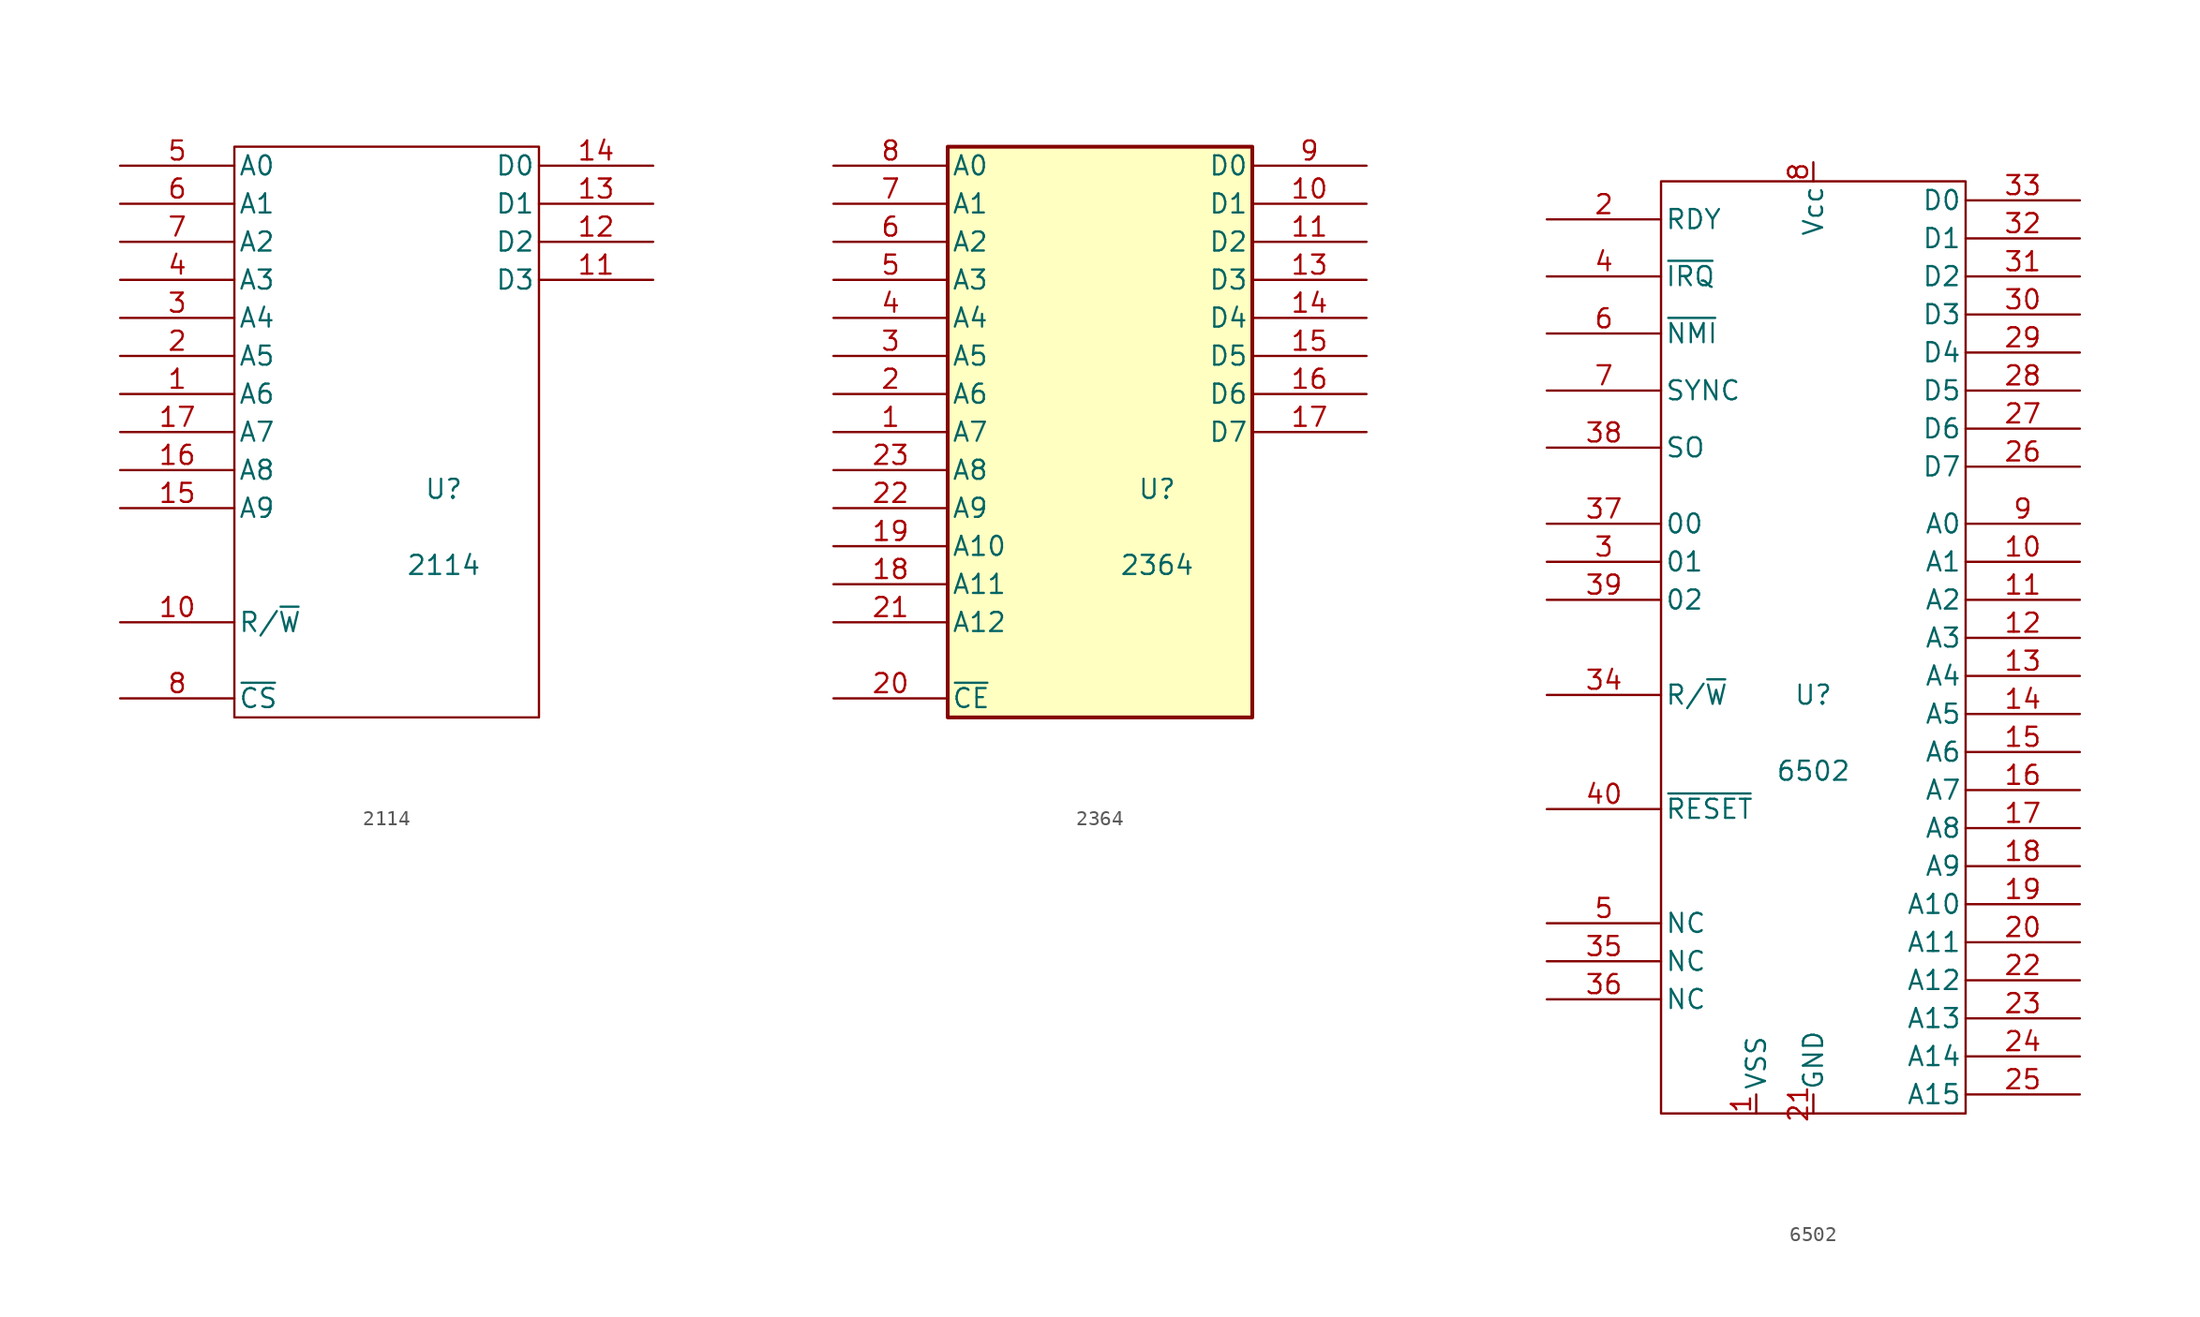
<source format=kicad_sym>
(kicad_symbol_lib
  (version 20211014)
  (generator kicad_symbol_editor)
  (symbol "2114"
    (pin_names
      (offset 0.254))
    (property "Reference" "U"
      (at 3.81 -3.81 0)
      (effects (font (size 1.27 1.27))))
    (property "Value" "2114"
      (at 3.81 -8.89 0)
      (effects (font (size 1.27 1.27))))
    (property "Footprint" ""
      (at 0 0 0)
      (effects (font (size 1.27 1.27))))
    (property "Datasheet" ""
      (at 0 0 0)
      (effects (font (size 1.27 1.27))))
    (symbol "2114_0_0"
      (pin power_in line (at 0 20.32 270) (length 1.27) hide (name "Vcc" (effects (font (size 1.27 1.27)))) (number "18" (effects (font (size 1.27 1.27)))))
      (pin power_in line (at 0 -20.32 90) (length 1.27) hide (name "GND" (effects (font (size 1.27 1.27)))) (number "9" (effects (font (size 1.27 1.27))))))
    (symbol "2114_0_1"
      (rectangle (start -10.16 19.05) (end 10.16 -19.05) (stroke (width 0) (type default) (color 0 0 0 0)) (fill (type none))))
    (symbol "2114_1_1"
      (pin input line (at -17.78 2.54 0) (length 7.62) (name "A6" (effects (font (size 1.27 1.27)))) (number "1" (effects (font (size 1.27 1.27)))))
      (pin input line (at -17.78 -12.7 0) (length 7.62) (name "R/~{W}" (effects (font (size 1.27 1.27)))) (number "10" (effects (font (size 1.27 1.27)))))
      (pin bidirectional line (at 17.78 10.16 180) (length 7.62) (name "D3" (effects (font (size 1.27 1.27)))) (number "11" (effects (font (size 1.27 1.27)))))
      (pin bidirectional line (at 17.78 12.7 180) (length 7.62) (name "D2" (effects (font (size 1.27 1.27)))) (number "12" (effects (font (size 1.27 1.27)))))
      (pin bidirectional line (at 17.78 15.24 180) (length 7.62) (name "D1" (effects (font (size 1.27 1.27)))) (number "13" (effects (font (size 1.27 1.27)))))
      (pin bidirectional line (at 17.78 17.78 180) (length 7.62) (name "D0" (effects (font (size 1.27 1.27)))) (number "14" (effects (font (size 1.27 1.27)))))
      (pin input line (at -17.78 -5.08 0) (length 7.62) (name "A9" (effects (font (size 1.27 1.27)))) (number "15" (effects (font (size 1.27 1.27)))))
      (pin input line (at -17.78 -2.54 0) (length 7.62) (name "A8" (effects (font (size 1.27 1.27)))) (number "16" (effects (font (size 1.27 1.27)))))
      (pin input line (at -17.78 0 0) (length 7.62) (name "A7" (effects (font (size 1.27 1.27)))) (number "17" (effects (font (size 1.27 1.27)))))
      (pin input line (at -17.78 5.08 0) (length 7.62) (name "A5" (effects (font (size 1.27 1.27)))) (number "2" (effects (font (size 1.27 1.27)))))
      (pin input line (at -17.78 7.62 0) (length 7.62) (name "A4" (effects (font (size 1.27 1.27)))) (number "3" (effects (font (size 1.27 1.27)))))
      (pin input line (at -17.78 10.16 0) (length 7.62) (name "A3" (effects (font (size 1.27 1.27)))) (number "4" (effects (font (size 1.27 1.27)))))
      (pin input line (at -17.78 17.78 0) (length 7.62) (name "A0" (effects (font (size 1.27 1.27)))) (number "5" (effects (font (size 1.27 1.27)))))
      (pin input line (at -17.78 15.24 0) (length 7.62) (name "A1" (effects (font (size 1.27 1.27)))) (number "6" (effects (font (size 1.27 1.27)))))
      (pin input line (at -17.78 12.7 0) (length 7.62) (name "A2" (effects (font (size 1.27 1.27)))) (number "7" (effects (font (size 1.27 1.27)))))
      (pin input line (at -17.78 -17.78 0) (length 7.62) (name "~{CS}" (effects (font (size 1.27 1.27)))) (number "8" (effects (font (size 1.27 1.27)))))))
  (symbol "2364"
    (pin_names
      (offset 0.254))
    (property "Reference" "U"
      (at 3.81 -3.81 0)
      (effects (font (size 1.27 1.27))))
    (property "Value" "2364"
      (at 3.81 -8.89 0)
      (effects (font (size 1.27 1.27))))
    (property "Footprint" ""
      (at 0 0 0)
      (effects (font (size 1.27 1.27))))
    (property "Datasheet" ""
      (at 0 0 0)
      (effects (font (size 1.27 1.27))))
    (symbol "2364_0_0"
      (pin power_in line (at 0 -20.32 90) (length 1.27) hide (name "GND" (effects (font (size 1.27 1.27)))) (number "12" (effects (font (size 1.27 1.27)))))
      (pin power_in line (at 0 20.32 270) (length 1.27) hide (name "Vcc" (effects (font (size 1.27 1.27)))) (number "24" (effects (font (size 1.27 1.27))))))
    (symbol "2364_0_1"
      (rectangle (start -10.16 19.05) (end 10.16 -19.05) (stroke (width 0.254) (type default) (color 0 0 0 0)) (fill (type background))))
    (symbol "2364_1_1"
      (pin input line (at -17.78 0 0) (length 7.62) (name "A7" (effects (font (size 1.27 1.27)))) (number "1" (effects (font (size 1.27 1.27)))))
      (pin output line (at 17.78 15.24 180) (length 7.62) (name "D1" (effects (font (size 1.27 1.27)))) (number "10" (effects (font (size 1.27 1.27)))))
      (pin output line (at 17.78 12.7 180) (length 7.62) (name "D2" (effects (font (size 1.27 1.27)))) (number "11" (effects (font (size 1.27 1.27)))))
      (pin output line (at 17.78 10.16 180) (length 7.62) (name "D3" (effects (font (size 1.27 1.27)))) (number "13" (effects (font (size 1.27 1.27)))))
      (pin output line (at 17.78 7.62 180) (length 7.62) (name "D4" (effects (font (size 1.27 1.27)))) (number "14" (effects (font (size 1.27 1.27)))))
      (pin output line (at 17.78 5.08 180) (length 7.62) (name "D5" (effects (font (size 1.27 1.27)))) (number "15" (effects (font (size 1.27 1.27)))))
      (pin tri_state line (at 17.78 2.54 180) (length 7.62) (name "D6" (effects (font (size 1.27 1.27)))) (number "16" (effects (font (size 1.27 1.27)))))
      (pin tri_state line (at 17.78 0 180) (length 7.62) (name "D7" (effects (font (size 1.27 1.27)))) (number "17" (effects (font (size 1.27 1.27)))))
      (pin input line (at -17.78 -10.16 0) (length 7.62) (name "A11" (effects (font (size 1.27 1.27)))) (number "18" (effects (font (size 1.27 1.27)))))
      (pin input line (at -17.78 -7.62 0) (length 7.62) (name "A10" (effects (font (size 1.27 1.27)))) (number "19" (effects (font (size 1.27 1.27)))))
      (pin input line (at -17.78 2.54 0) (length 7.62) (name "A6" (effects (font (size 1.27 1.27)))) (number "2" (effects (font (size 1.27 1.27)))))
      (pin input line (at -17.78 -17.78 0) (length 7.62) (name "~{CE}" (effects (font (size 1.27 1.27)))) (number "20" (effects (font (size 1.27 1.27)))))
      (pin input line (at -17.78 -12.7 0) (length 7.62) (name "A12" (effects (font (size 1.27 1.27)))) (number "21" (effects (font (size 1.27 1.27)))))
      (pin input line (at -17.78 -5.08 0) (length 7.62) (name "A9" (effects (font (size 1.27 1.27)))) (number "22" (effects (font (size 1.27 1.27)))))
      (pin input line (at -17.78 -2.54 0) (length 7.62) (name "A8" (effects (font (size 1.27 1.27)))) (number "23" (effects (font (size 1.27 1.27)))))
      (pin input line (at -17.78 5.08 0) (length 7.62) (name "A5" (effects (font (size 1.27 1.27)))) (number "3" (effects (font (size 1.27 1.27)))))
      (pin input line (at -17.78 7.62 0) (length 7.62) (name "A4" (effects (font (size 1.27 1.27)))) (number "4" (effects (font (size 1.27 1.27)))))
      (pin input line (at -17.78 10.16 0) (length 7.62) (name "A3" (effects (font (size 1.27 1.27)))) (number "5" (effects (font (size 1.27 1.27)))))
      (pin input line (at -17.78 12.7 0) (length 7.62) (name "A2" (effects (font (size 1.27 1.27)))) (number "6" (effects (font (size 1.27 1.27)))))
      (pin input line (at -17.78 15.24 0) (length 7.62) (name "A1" (effects (font (size 1.27 1.27)))) (number "7" (effects (font (size 1.27 1.27)))))
      (pin input line (at -17.78 17.78 0) (length 7.62) (name "A0" (effects (font (size 1.27 1.27)))) (number "8" (effects (font (size 1.27 1.27)))))
      (pin output line (at 17.78 17.78 180) (length 7.62) (name "D0" (effects (font (size 1.27 1.27)))) (number "9" (effects (font (size 1.27 1.27)))))))
  (symbol "6502"
    (pin_names
      (offset 0.254))
    (property "Reference" "U"
      (at 0 -15.24 0)
      (effects (font (size 1.27 1.27))))
    (property "Value" "6502"
      (at 0 -20.32 0)
      (effects (font (size 1.27 1.27))))
    (property "Footprint" ""
      (at 0 0 0)
      (effects (font (size 1.27 1.27))))
    (property "Datasheet" ""
      (at 0 0 0)
      (effects (font (size 1.27 1.27))))
    (symbol "6502_0_0"
      (pin power_in line (at -3.81 -43.18 90) (length 1.27) (name "VSS" (effects (font (size 1.27 1.27)))) (number "1" (effects (font (size 1.27 1.27)))))
      (pin power_in line (at 0 -43.18 90) (length 1.27) (name "GND" (effects (font (size 1.27 1.27)))) (number "21" (effects (font (size 1.27 1.27)))))
      (pin power_in line (at 0 20.32 270) (length 1.27) (name "Vcc" (effects (font (size 1.27 1.27)))) (number "8" (effects (font (size 1.27 1.27))))))
    (symbol "6502_0_1"
      (rectangle (start -10.16 19.05) (end 10.16 -43.18) (stroke (width 0) (type default) (color 0 0 0 0)) (fill (type none))))
    (symbol "6502_1_1"
      (pin output line (at 17.78 -6.35 180) (length 7.62) (name "A1" (effects (font (size 1.27 1.27)))) (number "10" (effects (font (size 1.27 1.27)))))
      (pin output line (at 17.78 -8.89 180) (length 7.62) (name "A2" (effects (font (size 1.27 1.27)))) (number "11" (effects (font (size 1.27 1.27)))))
      (pin output line (at 17.78 -11.43 180) (length 7.62) (name "A3" (effects (font (size 1.27 1.27)))) (number "12" (effects (font (size 1.27 1.27)))))
      (pin output line (at 17.78 -13.97 180) (length 7.62) (name "A4" (effects (font (size 1.27 1.27)))) (number "13" (effects (font (size 1.27 1.27)))))
      (pin output line (at 17.78 -16.51 180) (length 7.62) (name "A5" (effects (font (size 1.27 1.27)))) (number "14" (effects (font (size 1.27 1.27)))))
      (pin output line (at 17.78 -19.05 180) (length 7.62) (name "A6" (effects (font (size 1.27 1.27)))) (number "15" (effects (font (size 1.27 1.27)))))
      (pin output line (at 17.78 -21.59 180) (length 7.62) (name "A7" (effects (font (size 1.27 1.27)))) (number "16" (effects (font (size 1.27 1.27)))))
      (pin output line (at 17.78 -24.13 180) (length 7.62) (name "A8" (effects (font (size 1.27 1.27)))) (number "17" (effects (font (size 1.27 1.27)))))
      (pin output line (at 17.78 -26.67 180) (length 7.62) (name "A9" (effects (font (size 1.27 1.27)))) (number "18" (effects (font (size 1.27 1.27)))))
      (pin input line (at 17.78 -29.21 180) (length 7.62) (name "A10" (effects (font (size 1.27 1.27)))) (number "19" (effects (font (size 1.27 1.27)))))
      (pin output line (at -17.78 16.51 0) (length 7.62) (name "RDY" (effects (font (size 1.27 1.27)))) (number "2" (effects (font (size 1.27 1.27)))))
      (pin output line (at 17.78 -31.75 180) (length 7.62) (name "A11" (effects (font (size 1.27 1.27)))) (number "20" (effects (font (size 1.27 1.27)))))
      (pin output line (at 17.78 -34.29 180) (length 7.62) (name "A12" (effects (font (size 1.27 1.27)))) (number "22" (effects (font (size 1.27 1.27)))))
      (pin output line (at 17.78 -36.83 180) (length 7.62) (name "A13" (effects (font (size 1.27 1.27)))) (number "23" (effects (font (size 1.27 1.27)))))
      (pin output line (at 17.78 -39.37 180) (length 7.62) (name "A14" (effects (font (size 1.27 1.27)))) (number "24" (effects (font (size 1.27 1.27)))))
      (pin output line (at 17.78 -41.91 180) (length 7.62) (name "A15" (effects (font (size 1.27 1.27)))) (number "25" (effects (font (size 1.27 1.27)))))
      (pin bidirectional line (at 17.78 0 180) (length 7.62) (name "D7" (effects (font (size 1.27 1.27)))) (number "26" (effects (font (size 1.27 1.27)))))
      (pin bidirectional line (at 17.78 2.54 180) (length 7.62) (name "D6" (effects (font (size 1.27 1.27)))) (number "27" (effects (font (size 1.27 1.27)))))
      (pin bidirectional line (at 17.78 5.08 180) (length 7.62) (name "D5" (effects (font (size 1.27 1.27)))) (number "28" (effects (font (size 1.27 1.27)))))
      (pin bidirectional line (at 17.78 7.62 180) (length 7.62) (name "D4" (effects (font (size 1.27 1.27)))) (number "29" (effects (font (size 1.27 1.27)))))
      (pin output line (at -17.78 -6.35 0) (length 7.62) (name "01" (effects (font (size 1.27 1.27)))) (number "3" (effects (font (size 1.27 1.27)))))
      (pin bidirectional line (at 17.78 10.16 180) (length 7.62) (name "D3" (effects (font (size 1.27 1.27)))) (number "30" (effects (font (size 1.27 1.27)))))
      (pin bidirectional line (at 17.78 12.7 180) (length 7.62) (name "D2" (effects (font (size 1.27 1.27)))) (number "31" (effects (font (size 1.27 1.27)))))
      (pin bidirectional line (at 17.78 15.24 180) (length 7.62) (name "D1" (effects (font (size 1.27 1.27)))) (number "32" (effects (font (size 1.27 1.27)))))
      (pin bidirectional line (at 17.78 17.78 180) (length 7.62) (name "D0" (effects (font (size 1.27 1.27)))) (number "33" (effects (font (size 1.27 1.27)))))
      (pin input line (at -17.78 -15.24 0) (length 7.62) (name "R/~{W}" (effects (font (size 1.27 1.27)))) (number "34" (effects (font (size 1.27 1.27)))))
      (pin passive line (at -17.78 -33.02 0) (length 7.62) (name "NC" (effects (font (size 1.27 1.27)))) (number "35" (effects (font (size 1.27 1.27)))))
      (pin passive line (at -17.78 -35.56 0) (length 7.62) (name "NC" (effects (font (size 1.27 1.27)))) (number "36" (effects (font (size 1.27 1.27)))))
      (pin input line (at -17.78 -3.81 0) (length 7.62) (name "00" (effects (font (size 1.27 1.27)))) (number "37" (effects (font (size 1.27 1.27)))))
      (pin output line (at -17.78 1.27 0) (length 7.62) (name "SO" (effects (font (size 1.27 1.27)))) (number "38" (effects (font (size 1.27 1.27)))))
      (pin output line (at -17.78 -8.89 0) (length 7.62) (name "02" (effects (font (size 1.27 1.27)))) (number "39" (effects (font (size 1.27 1.27)))))
      (pin input line (at -17.78 12.7 0) (length 7.62) (name "~{IRQ}" (effects (font (size 1.27 1.27)))) (number "4" (effects (font (size 1.27 1.27)))))
      (pin input line (at -17.78 -22.86 0) (length 7.62) (name "~{RESET}" (effects (font (size 1.27 1.27)))) (number "40" (effects (font (size 1.27 1.27)))))
      (pin passive line (at -17.78 -30.48 0) (length 7.62) (name "NC" (effects (font (size 1.27 1.27)))) (number "5" (effects (font (size 1.27 1.27)))))
      (pin input line (at -17.78 8.89 0) (length 7.62) (name "~{NMI}" (effects (font (size 1.27 1.27)))) (number "6" (effects (font (size 1.27 1.27)))))
      (pin input line (at -17.78 5.08 0) (length 7.62) (name "SYNC" (effects (font (size 1.27 1.27)))) (number "7" (effects (font (size 1.27 1.27)))))
      (pin output line (at 17.78 -3.81 180) (length 7.62) (name "A0" (effects (font (size 1.27 1.27)))) (number "9" (effects (font (size 1.27 1.27))))))))
</source>
